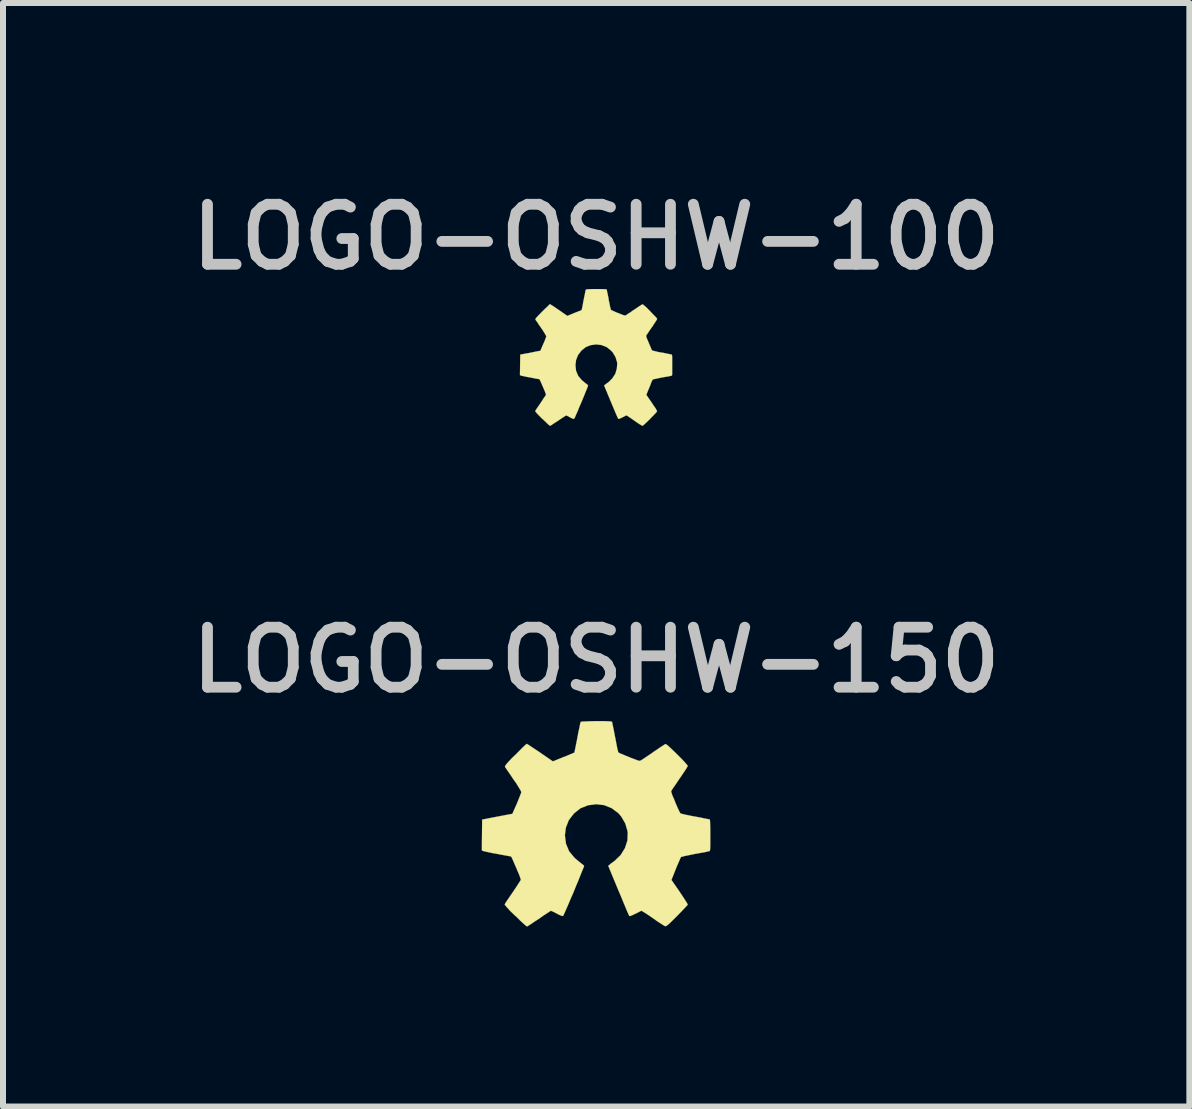
<source format=kicad_pcb>
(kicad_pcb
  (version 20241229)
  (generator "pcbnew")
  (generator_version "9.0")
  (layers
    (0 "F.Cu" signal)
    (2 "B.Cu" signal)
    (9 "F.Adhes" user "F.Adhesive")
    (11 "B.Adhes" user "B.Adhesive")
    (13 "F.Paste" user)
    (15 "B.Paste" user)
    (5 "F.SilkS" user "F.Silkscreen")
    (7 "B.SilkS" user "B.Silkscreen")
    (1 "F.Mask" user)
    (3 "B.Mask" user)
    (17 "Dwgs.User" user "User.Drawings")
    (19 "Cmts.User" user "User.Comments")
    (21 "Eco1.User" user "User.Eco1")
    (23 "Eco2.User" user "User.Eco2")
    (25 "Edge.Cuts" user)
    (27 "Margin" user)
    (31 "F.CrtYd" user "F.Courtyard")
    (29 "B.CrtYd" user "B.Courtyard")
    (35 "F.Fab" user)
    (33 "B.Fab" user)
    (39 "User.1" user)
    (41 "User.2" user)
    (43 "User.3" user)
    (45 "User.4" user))
  (footprint "LOGO-OSHW-150"
    (layer "F.Cu")
    (at 6.884 10.869)
    (property "Reference" "LOGO-OSHW-150" (at 0 -2.921 0) (layer "Dwgs.User") (effects (font (size 1 1) (thickness 0.18))))
    (attr through_hole)
    (fp_poly (pts (xy -1.153 1.519) (xy -1.133 1.509) (xy -1.09 1.481) (xy -1.026 1.438) (xy -0.95 1.389) (xy -0.876 1.336) (xy -0.813 1.295) (xy -0.77 1.267) (xy -0.752 1.257) (xy -0.742 1.262) (xy -0.706 1.278) (xy -0.653 1.306) (xy -0.625 1.321) (xy -0.577 1.341) (xy -0.551 1.346) (xy -0.549 1.339) (xy -0.531 1.303) (xy -0.503 1.24) (xy -0.467 1.158) (xy -0.427 1.062) (xy -0.381 0.958) (xy -0.338 0.851) (xy -0.295 0.749) (xy -0.259 0.658) (xy -0.229 0.584) (xy -0.208 0.533) (xy -0.201 0.511) (xy -0.203 0.505) (xy -0.229 0.483) (xy -0.269 0.452) (xy -0.358 0.378) (xy -0.45 0.267) (xy -0.503 0.14) (xy -0.521 0) (xy -0.505 -0.127) (xy -0.455 -0.254) (xy -0.368 -0.366) (xy -0.262 -0.45) (xy -0.137 -0.5) (xy 0 -0.518) (xy 0.132 -0.503) (xy 0.259 -0.452) (xy 0.371 -0.368) (xy 0.419 -0.312) (xy 0.485 -0.198) (xy 0.521 -0.076) (xy 0.526 -0.046) (xy 0.521 0.086) (xy 0.48 0.213) (xy 0.409 0.328) (xy 0.312 0.422) (xy 0.3 0.432) (xy 0.254 0.465) (xy 0.224 0.49) (xy 0.201 0.508) (xy 0.371 0.919) (xy 0.399 0.983) (xy 0.445 1.095) (xy 0.485 1.191) (xy 0.518 1.27) (xy 0.541 1.321) (xy 0.551 1.341) (xy 0.551 1.344) (xy 0.566 1.346) (xy 0.599 1.333) (xy 0.655 1.306) (xy 0.693 1.288) (xy 0.737 1.265) (xy 0.757 1.257) (xy 0.772 1.267) (xy 0.815 1.293) (xy 0.876 1.333) (xy 0.95 1.384) (xy 1.019 1.433) (xy 1.085 1.476) (xy 1.13 1.504) (xy 1.153 1.516) (xy 1.156 1.516) (xy 1.176 1.506) (xy 1.214 1.476) (xy 1.27 1.422) (xy 1.349 1.344) (xy 1.361 1.331) (xy 1.425 1.265) (xy 1.478 1.209) (xy 1.514 1.171) (xy 1.527 1.153) (xy 1.514 1.13) (xy 1.486 1.085) (xy 1.443 1.019) (xy 1.392 0.942) (xy 1.255 0.744) (xy 1.328 0.559) (xy 1.351 0.503) (xy 1.382 0.432) (xy 1.402 0.384) (xy 1.415 0.361) (xy 1.435 0.356) (xy 1.486 0.343) (xy 1.56 0.328) (xy 1.648 0.31) (xy 1.732 0.295) (xy 1.808 0.282) (xy 1.862 0.269) (xy 1.887 0.264) (xy 1.892 0.262) (xy 1.897 0.249) (xy 1.9 0.224) (xy 1.902 0.178) (xy 1.902 0.107) (xy 1.902 0) (xy 1.902 -0.008) (xy 1.902 -0.109) (xy 1.9 -0.188) (xy 1.897 -0.241) (xy 1.895 -0.262) (xy 1.872 -0.269) (xy 1.816 -0.279) (xy 1.742 -0.295) (xy 1.651 -0.312) (xy 1.646 -0.312) (xy 1.554 -0.33) (xy 1.481 -0.345) (xy 1.427 -0.358) (xy 1.405 -0.366) (xy 1.4 -0.371) (xy 1.382 -0.406) (xy 1.356 -0.462) (xy 1.326 -0.531) (xy 1.298 -0.602) (xy 1.27 -0.665) (xy 1.255 -0.711) (xy 1.25 -0.734) (xy 1.262 -0.757) (xy 1.293 -0.803) (xy 1.339 -0.869) (xy 1.389 -0.945) (xy 1.394 -0.95) (xy 1.445 -1.026) (xy 1.488 -1.09) (xy 1.516 -1.135) (xy 1.527 -1.158) (xy 1.509 -1.181) (xy 1.471 -1.224) (xy 1.415 -1.283) (xy 1.349 -1.349) (xy 1.326 -1.372) (xy 1.252 -1.443) (xy 1.201 -1.491) (xy 1.168 -1.516) (xy 1.153 -1.521) (xy 1.13 -1.506) (xy 1.082 -1.476) (xy 1.016 -1.43) (xy 0.94 -1.379) (xy 0.935 -1.374) (xy 0.859 -1.323) (xy 0.795 -1.28) (xy 0.749 -1.25) (xy 0.729 -1.24) (xy 0.726 -1.24) (xy 0.696 -1.247) (xy 0.643 -1.267) (xy 0.574 -1.293) (xy 0.505 -1.321) (xy 0.439 -1.349) (xy 0.391 -1.369) (xy 0.371 -1.382) (xy 0.368 -1.384) (xy 0.361 -1.412) (xy 0.348 -1.468) (xy 0.333 -1.547) (xy 0.315 -1.641) (xy 0.312 -1.654) (xy 0.295 -1.745) (xy 0.279 -1.821) (xy 0.269 -1.872) (xy 0.264 -1.892) (xy 0.251 -1.897) (xy 0.206 -1.9) (xy 0.14 -1.902) (xy 0.056 -1.902) (xy -0.028 -1.902) (xy -0.112 -1.9) (xy -0.183 -1.897) (xy -0.236 -1.895) (xy -0.257 -1.89) (xy -0.267 -1.859) (xy -0.277 -1.803) (xy -0.295 -1.725) (xy -0.312 -1.631) (xy -0.315 -1.615) (xy -0.333 -1.524) (xy -0.348 -1.45) (xy -0.358 -1.4) (xy -0.363 -1.379) (xy -0.373 -1.374) (xy -0.409 -1.359) (xy -0.47 -1.333) (xy -0.546 -1.303) (xy -0.721 -1.232) (xy -0.935 -1.379) (xy -0.953 -1.392) (xy -1.031 -1.443) (xy -1.095 -1.486) (xy -1.138 -1.514) (xy -1.156 -1.524) (xy -1.158 -1.524) (xy -1.179 -1.506) (xy -1.222 -1.466) (xy -1.278 -1.41) (xy -1.346 -1.341) (xy -1.397 -1.293) (xy -1.455 -1.232) (xy -1.491 -1.191) (xy -1.511 -1.166) (xy -1.519 -1.151) (xy -1.519 -1.14) (xy -1.504 -1.118) (xy -1.473 -1.072) (xy -1.427 -1.006) (xy -1.377 -0.93) (xy -1.333 -0.869) (xy -1.288 -0.795) (xy -1.257 -0.744) (xy -1.247 -0.719) (xy -1.25 -0.709) (xy -1.265 -0.668) (xy -1.29 -0.605) (xy -1.321 -0.528) (xy -1.397 -0.358) (xy -1.506 -0.338) (xy -1.575 -0.325) (xy -1.669 -0.307) (xy -1.758 -0.29) (xy -1.9 -0.262) (xy -1.905 0.251) (xy -1.882 0.262) (xy -1.862 0.267) (xy -1.808 0.279) (xy -1.735 0.295) (xy -1.648 0.31) (xy -1.572 0.325) (xy -1.499 0.338) (xy -1.443 0.348) (xy -1.42 0.353) (xy -1.412 0.361) (xy -1.394 0.399) (xy -1.369 0.457) (xy -1.339 0.526) (xy -1.308 0.599) (xy -1.28 0.665) (xy -1.262 0.716) (xy -1.255 0.742) (xy -1.267 0.762) (xy -1.295 0.805) (xy -1.336 0.869) (xy -1.387 0.945) (xy -1.438 1.019) (xy -1.481 1.082) (xy -1.511 1.128) (xy -1.524 1.151) (xy -1.519 1.163) (xy -1.488 1.199) (xy -1.433 1.26) (xy -1.349 1.341) (xy -1.333 1.354) (xy -1.267 1.42) (xy -1.212 1.471) (xy -1.171 1.506) (xy -1.153 1.519)) (stroke (width 0.003) (type solid)) (fill yes) (layer "F.SilkS")))
  (footprint "LOGO-OSHW-100"
    (layer "F.Cu")
    (at 6.884 3.034)
    (property "Reference" "LOGO-OSHW-100" (at 0 -2.134 0) (layer "Dwgs.User") (effects (font (size 1 1) (thickness 0.18))))
    (attr through_hole)
    (fp_poly (pts (xy -0.77 1.011) (xy -0.754 1.006) (xy -0.726 0.986) (xy -0.683 0.958) (xy -0.632 0.925) (xy -0.584 0.892) (xy -0.541 0.864) (xy -0.513 0.846) (xy -0.5 0.838) (xy -0.495 0.841) (xy -0.47 0.851) (xy -0.434 0.871) (xy -0.417 0.881) (xy -0.384 0.894) (xy -0.368 0.897) (xy -0.366 0.892) (xy -0.353 0.869) (xy -0.335 0.826) (xy -0.31 0.772) (xy -0.284 0.706) (xy -0.254 0.638) (xy -0.224 0.566) (xy -0.196 0.498) (xy -0.173 0.439) (xy -0.152 0.389) (xy -0.14 0.356) (xy -0.135 0.34) (xy -0.135 0.338) (xy -0.152 0.32) (xy -0.18 0.3) (xy -0.239 0.251) (xy -0.3 0.178) (xy -0.335 0.094) (xy -0.345 0) (xy -0.335 -0.084) (xy -0.302 -0.168) (xy -0.244 -0.244) (xy -0.173 -0.3) (xy -0.091 -0.333) (xy 0 -0.345) (xy 0.086 -0.335) (xy 0.173 -0.302) (xy 0.246 -0.244) (xy 0.279 -0.208) (xy 0.323 -0.132) (xy 0.348 -0.051) (xy 0.351 -0.03) (xy 0.345 0.056) (xy 0.32 0.142) (xy 0.272 0.218) (xy 0.208 0.282) (xy 0.201 0.287) (xy 0.17 0.31) (xy 0.15 0.325) (xy 0.132 0.338) (xy 0.246 0.612) (xy 0.264 0.655) (xy 0.295 0.729) (xy 0.323 0.795) (xy 0.345 0.846) (xy 0.361 0.879) (xy 0.366 0.894) (xy 0.368 0.894) (xy 0.378 0.897) (xy 0.399 0.889) (xy 0.437 0.871) (xy 0.462 0.859) (xy 0.49 0.843) (xy 0.503 0.838) (xy 0.516 0.843) (xy 0.544 0.861) (xy 0.584 0.889) (xy 0.632 0.922) (xy 0.678 0.955) (xy 0.721 0.983) (xy 0.754 1.003) (xy 0.767 1.011) (xy 0.77 1.011) (xy 0.785 1.003) (xy 0.808 0.983) (xy 0.846 0.947) (xy 0.899 0.897) (xy 0.907 0.886) (xy 0.95 0.843) (xy 0.986 0.805) (xy 1.008 0.78) (xy 1.016 0.767) (xy 1.008 0.754) (xy 0.991 0.721) (xy 0.96 0.678) (xy 0.927 0.627) (xy 0.836 0.495) (xy 0.886 0.373) (xy 0.902 0.335) (xy 0.919 0.287) (xy 0.935 0.254) (xy 0.942 0.241) (xy 0.955 0.236) (xy 0.991 0.229) (xy 1.039 0.218) (xy 1.097 0.206) (xy 1.153 0.196) (xy 1.204 0.188) (xy 1.242 0.18) (xy 1.257 0.175) (xy 1.262 0.175) (xy 1.265 0.165) (xy 1.267 0.15) (xy 1.267 0.119) (xy 1.267 0.071) (xy 1.267 0) (xy 1.267 -0.005) (xy 1.267 -0.071) (xy 1.267 -0.124) (xy 1.265 -0.16) (xy 1.262 -0.175) (xy 1.247 -0.178) (xy 1.212 -0.185) (xy 1.161 -0.196) (xy 1.1 -0.208) (xy 1.097 -0.208) (xy 1.036 -0.218) (xy 0.986 -0.231) (xy 0.95 -0.239) (xy 0.935 -0.244) (xy 0.932 -0.246) (xy 0.919 -0.269) (xy 0.904 -0.307) (xy 0.884 -0.353) (xy 0.864 -0.401) (xy 0.846 -0.442) (xy 0.836 -0.475) (xy 0.833 -0.488) (xy 0.833 -0.49) (xy 0.841 -0.503) (xy 0.861 -0.533) (xy 0.892 -0.579) (xy 0.927 -0.63) (xy 0.93 -0.632) (xy 0.963 -0.683) (xy 0.991 -0.726) (xy 1.011 -0.757) (xy 1.016 -0.772) (xy 1.006 -0.787) (xy 0.98 -0.815) (xy 0.942 -0.853) (xy 0.899 -0.899) (xy 0.884 -0.914) (xy 0.836 -0.963) (xy 0.8 -0.993) (xy 0.78 -1.011) (xy 0.77 -1.013) (xy 0.754 -1.003) (xy 0.721 -0.983) (xy 0.678 -0.953) (xy 0.627 -0.919) (xy 0.622 -0.917) (xy 0.572 -0.881) (xy 0.528 -0.853) (xy 0.5 -0.833) (xy 0.485 -0.826) (xy 0.462 -0.831) (xy 0.427 -0.843) (xy 0.384 -0.861) (xy 0.335 -0.879) (xy 0.292 -0.899) (xy 0.262 -0.912) (xy 0.246 -0.922) (xy 0.241 -0.94) (xy 0.231 -0.978) (xy 0.221 -1.031) (xy 0.208 -1.092) (xy 0.208 -1.102) (xy 0.196 -1.163) (xy 0.185 -1.214) (xy 0.178 -1.247) (xy 0.175 -1.262) (xy 0.168 -1.265) (xy 0.137 -1.265) (xy 0.091 -1.267) (xy 0.038 -1.267) (xy -0.018 -1.267) (xy -0.074 -1.267) (xy -0.122 -1.265) (xy -0.157 -1.262) (xy -0.17 -1.26) (xy -0.178 -1.24) (xy -0.185 -1.201) (xy -0.196 -1.148) (xy -0.208 -1.087) (xy -0.211 -1.077) (xy -0.221 -1.016) (xy -0.231 -0.965) (xy -0.239 -0.932) (xy -0.241 -0.919) (xy -0.249 -0.914) (xy -0.272 -0.904) (xy -0.312 -0.889) (xy -0.363 -0.869) (xy -0.48 -0.82) (xy -0.622 -0.919) (xy -0.635 -0.927) (xy -0.686 -0.963) (xy -0.729 -0.991) (xy -0.757 -1.008) (xy -0.77 -1.016) (xy -0.772 -1.016) (xy -0.785 -1.003) (xy -0.813 -0.975) (xy -0.851 -0.94) (xy -0.897 -0.894) (xy -0.93 -0.861) (xy -0.97 -0.82) (xy -0.993 -0.795) (xy -1.008 -0.777) (xy -1.013 -0.767) (xy -1.011 -0.759) (xy -1.003 -0.744) (xy -0.98 -0.714) (xy -0.953 -0.671) (xy -0.917 -0.62) (xy -0.889 -0.579) (xy -0.859 -0.531) (xy -0.838 -0.495) (xy -0.831 -0.48) (xy -0.833 -0.472) (xy -0.843 -0.445) (xy -0.859 -0.401) (xy -0.881 -0.353) (xy -0.93 -0.239) (xy -1.003 -0.226) (xy -1.049 -0.216) (xy -1.113 -0.203) (xy -1.171 -0.193) (xy -1.265 -0.175) (xy -1.27 0.168) (xy -1.255 0.173) (xy -1.24 0.178) (xy -1.206 0.185) (xy -1.156 0.196) (xy -1.097 0.206) (xy -1.049 0.216) (xy -0.998 0.226) (xy -0.963 0.231) (xy -0.945 0.236) (xy -0.942 0.241) (xy -0.93 0.264) (xy -0.912 0.305) (xy -0.892 0.351) (xy -0.871 0.399) (xy -0.853 0.442) (xy -0.841 0.478) (xy -0.836 0.495) (xy -0.843 0.508) (xy -0.864 0.536) (xy -0.892 0.579) (xy -0.925 0.63) (xy -0.958 0.678) (xy -0.988 0.721) (xy -1.008 0.752) (xy -1.016 0.767) (xy -1.011 0.775) (xy -0.991 0.8) (xy -0.955 0.838) (xy -0.899 0.894) (xy -0.889 0.902) (xy -0.843 0.945) (xy -0.808 0.98) (xy -0.78 1.003) (xy -0.77 1.011)) (stroke (width 0.003) (type solid)) (fill yes) (layer "F.SilkS")))
  (gr_rect
    (start -3 -3)
    (end 16.769 15.389)
    (stroke (width 0.1) (type default))
    (fill no)
    (layer "Edge.Cuts")))
</source>
